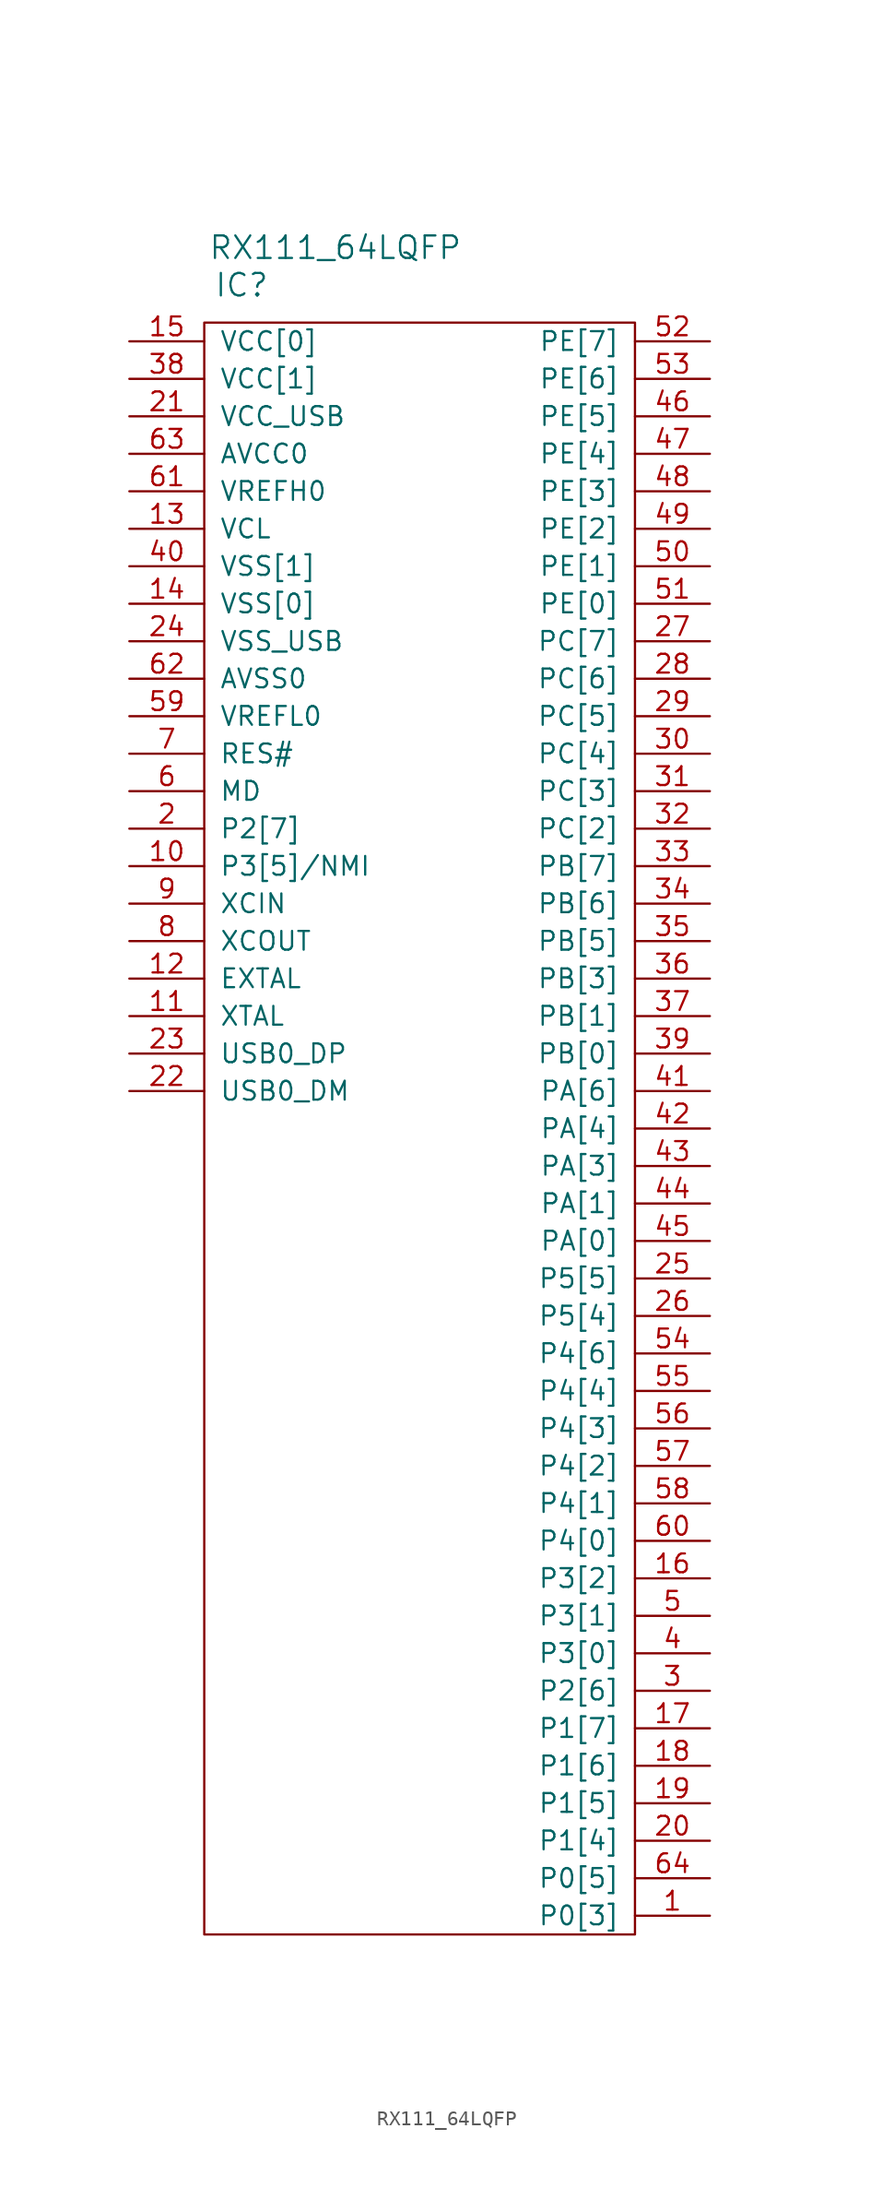
<source format=kicad_sym>
(kicad_symbol_lib
  (version 20211014)
  (generator kicad_symbol_editor)
  (symbol "RX111_64LQFP"
    (pin_names
      (offset 1.016))
    (property "Reference" "IC"
      (at -12.7 53.34 0)
      (effects (font (size 1.524 1.524))))
    (property "Value" "RX111_64LQFP"
      (at -6.35 55.88 0)
      (effects (font (size 1.524 1.524))))
    (property "Footprint" ""
      (at 22.86 38.1 0)
      (effects (font (size 1.524 1.524))))
    (property "Datasheet" ""
      (at 22.86 38.1 0)
      (effects (font (size 1.524 1.524))))
    (symbol "RX111_64LQFP_0_1"
      (rectangle (start -15.24 50.8) (end 13.97 -58.42) (stroke (width 0) (type default) (color 0 0 0 0)) (fill (type none))))
    (symbol "RX111_64LQFP_1_1"
      (pin input line (at 19.05 -57.15 180) (length 5.08) (name "P0[3]" (effects (font (size 1.27 1.27)))) (number "1" (effects (font (size 1.27 1.27)))))
      (pin input line (at -20.32 13.97 0) (length 5.08) (name "P3[5]/NMI" (effects (font (size 1.27 1.27)))) (number "10" (effects (font (size 1.27 1.27)))))
      (pin input line (at -20.32 3.81 0) (length 5.08) (name "XTAL" (effects (font (size 1.27 1.27)))) (number "11" (effects (font (size 1.27 1.27)))))
      (pin input line (at -20.32 6.35 0) (length 5.08) (name "EXTAL" (effects (font (size 1.27 1.27)))) (number "12" (effects (font (size 1.27 1.27)))))
      (pin input line (at -20.32 36.83 0) (length 5.08) (name "VCL" (effects (font (size 1.27 1.27)))) (number "13" (effects (font (size 1.27 1.27)))))
      (pin input line (at -20.32 31.75 0) (length 5.08) (name "VSS[0]" (effects (font (size 1.27 1.27)))) (number "14" (effects (font (size 1.27 1.27)))))
      (pin input line (at -20.32 49.53 0) (length 5.08) (name "VCC[0]" (effects (font (size 1.27 1.27)))) (number "15" (effects (font (size 1.27 1.27)))))
      (pin input line (at 19.05 -34.29 180) (length 5.08) (name "P3[2]" (effects (font (size 1.27 1.27)))) (number "16" (effects (font (size 1.27 1.27)))))
      (pin input line (at 19.05 -44.45 180) (length 5.08) (name "P1[7]" (effects (font (size 1.27 1.27)))) (number "17" (effects (font (size 1.27 1.27)))))
      (pin input line (at 19.05 -46.99 180) (length 5.08) (name "P1[6]" (effects (font (size 1.27 1.27)))) (number "18" (effects (font (size 1.27 1.27)))))
      (pin input line (at 19.05 -49.53 180) (length 5.08) (name "P1[5]" (effects (font (size 1.27 1.27)))) (number "19" (effects (font (size 1.27 1.27)))))
      (pin input line (at -20.32 16.51 0) (length 5.08) (name "P2[7]" (effects (font (size 1.27 1.27)))) (number "2" (effects (font (size 1.27 1.27)))))
      (pin input line (at 19.05 -52.07 180) (length 5.08) (name "P1[4]" (effects (font (size 1.27 1.27)))) (number "20" (effects (font (size 1.27 1.27)))))
      (pin input line (at -20.32 44.45 0) (length 5.08) (name "VCC_USB" (effects (font (size 1.27 1.27)))) (number "21" (effects (font (size 1.27 1.27)))))
      (pin input line (at -20.32 -1.27 0) (length 5.08) (name "USB0_DM" (effects (font (size 1.27 1.27)))) (number "22" (effects (font (size 1.27 1.27)))))
      (pin input line (at -20.32 1.27 0) (length 5.08) (name "USB0_DP" (effects (font (size 1.27 1.27)))) (number "23" (effects (font (size 1.27 1.27)))))
      (pin input line (at -20.32 29.21 0) (length 5.08) (name "VSS_USB" (effects (font (size 1.27 1.27)))) (number "24" (effects (font (size 1.27 1.27)))))
      (pin input line (at 19.05 -13.97 180) (length 5.08) (name "P5[5]" (effects (font (size 1.27 1.27)))) (number "25" (effects (font (size 1.27 1.27)))))
      (pin input line (at 19.05 -16.51 180) (length 5.08) (name "P5[4]" (effects (font (size 1.27 1.27)))) (number "26" (effects (font (size 1.27 1.27)))))
      (pin input line (at 19.05 29.21 180) (length 5.08) (name "PC[7]" (effects (font (size 1.27 1.27)))) (number "27" (effects (font (size 1.27 1.27)))))
      (pin input line (at 19.05 26.67 180) (length 5.08) (name "PC[6]" (effects (font (size 1.27 1.27)))) (number "28" (effects (font (size 1.27 1.27)))))
      (pin input line (at 19.05 24.13 180) (length 5.08) (name "PC[5]" (effects (font (size 1.27 1.27)))) (number "29" (effects (font (size 1.27 1.27)))))
      (pin input line (at 19.05 -41.91 180) (length 5.08) (name "P2[6]" (effects (font (size 1.27 1.27)))) (number "3" (effects (font (size 1.27 1.27)))))
      (pin input line (at 19.05 21.59 180) (length 5.08) (name "PC[4]" (effects (font (size 1.27 1.27)))) (number "30" (effects (font (size 1.27 1.27)))))
      (pin input line (at 19.05 19.05 180) (length 5.08) (name "PC[3]" (effects (font (size 1.27 1.27)))) (number "31" (effects (font (size 1.27 1.27)))))
      (pin input line (at 19.05 16.51 180) (length 5.08) (name "PC[2]" (effects (font (size 1.27 1.27)))) (number "32" (effects (font (size 1.27 1.27)))))
      (pin input line (at 19.05 13.97 180) (length 5.08) (name "PB[7]" (effects (font (size 1.27 1.27)))) (number "33" (effects (font (size 1.27 1.27)))))
      (pin input line (at 19.05 11.43 180) (length 5.08) (name "PB[6]" (effects (font (size 1.27 1.27)))) (number "34" (effects (font (size 1.27 1.27)))))
      (pin input line (at 19.05 8.89 180) (length 5.08) (name "PB[5]" (effects (font (size 1.27 1.27)))) (number "35" (effects (font (size 1.27 1.27)))))
      (pin input line (at 19.05 6.35 180) (length 5.08) (name "PB[3]" (effects (font (size 1.27 1.27)))) (number "36" (effects (font (size 1.27 1.27)))))
      (pin input line (at 19.05 3.81 180) (length 5.08) (name "PB[1]" (effects (font (size 1.27 1.27)))) (number "37" (effects (font (size 1.27 1.27)))))
      (pin input line (at -20.32 46.99 0) (length 5.08) (name "VCC[1]" (effects (font (size 1.27 1.27)))) (number "38" (effects (font (size 1.27 1.27)))))
      (pin input line (at 19.05 1.27 180) (length 5.08) (name "PB[0]" (effects (font (size 1.27 1.27)))) (number "39" (effects (font (size 1.27 1.27)))))
      (pin input line (at 19.05 -39.37 180) (length 5.08) (name "P3[0]" (effects (font (size 1.27 1.27)))) (number "4" (effects (font (size 1.27 1.27)))))
      (pin input line (at -20.32 34.29 0) (length 5.08) (name "VSS[1]" (effects (font (size 1.27 1.27)))) (number "40" (effects (font (size 1.27 1.27)))))
      (pin input line (at 19.05 -1.27 180) (length 5.08) (name "PA[6]" (effects (font (size 1.27 1.27)))) (number "41" (effects (font (size 1.27 1.27)))))
      (pin input line (at 19.05 -3.81 180) (length 5.08) (name "PA[4]" (effects (font (size 1.27 1.27)))) (number "42" (effects (font (size 1.27 1.27)))))
      (pin input line (at 19.05 -6.35 180) (length 5.08) (name "PA[3]" (effects (font (size 1.27 1.27)))) (number "43" (effects (font (size 1.27 1.27)))))
      (pin input line (at 19.05 -8.89 180) (length 5.08) (name "PA[1]" (effects (font (size 1.27 1.27)))) (number "44" (effects (font (size 1.27 1.27)))))
      (pin input line (at 19.05 -11.43 180) (length 5.08) (name "PA[0]" (effects (font (size 1.27 1.27)))) (number "45" (effects (font (size 1.27 1.27)))))
      (pin input line (at 19.05 44.45 180) (length 5.08) (name "PE[5]" (effects (font (size 1.27 1.27)))) (number "46" (effects (font (size 1.27 1.27)))))
      (pin input line (at 19.05 41.91 180) (length 5.08) (name "PE[4]" (effects (font (size 1.27 1.27)))) (number "47" (effects (font (size 1.27 1.27)))))
      (pin input line (at 19.05 39.37 180) (length 5.08) (name "PE[3]" (effects (font (size 1.27 1.27)))) (number "48" (effects (font (size 1.27 1.27)))))
      (pin input line (at 19.05 36.83 180) (length 5.08) (name "PE[2]" (effects (font (size 1.27 1.27)))) (number "49" (effects (font (size 1.27 1.27)))))
      (pin input line (at 19.05 -36.83 180) (length 5.08) (name "P3[1]" (effects (font (size 1.27 1.27)))) (number "5" (effects (font (size 1.27 1.27)))))
      (pin input line (at 19.05 34.29 180) (length 5.08) (name "PE[1]" (effects (font (size 1.27 1.27)))) (number "50" (effects (font (size 1.27 1.27)))))
      (pin input line (at 19.05 31.75 180) (length 5.08) (name "PE[0]" (effects (font (size 1.27 1.27)))) (number "51" (effects (font (size 1.27 1.27)))))
      (pin input line (at 19.05 49.53 180) (length 5.08) (name "PE[7]" (effects (font (size 1.27 1.27)))) (number "52" (effects (font (size 1.27 1.27)))))
      (pin input line (at 19.05 46.99 180) (length 5.08) (name "PE[6]" (effects (font (size 1.27 1.27)))) (number "53" (effects (font (size 1.27 1.27)))))
      (pin input line (at 19.05 -19.05 180) (length 5.08) (name "P4[6]" (effects (font (size 1.27 1.27)))) (number "54" (effects (font (size 1.27 1.27)))))
      (pin input line (at 19.05 -21.59 180) (length 5.08) (name "P4[4]" (effects (font (size 1.27 1.27)))) (number "55" (effects (font (size 1.27 1.27)))))
      (pin input line (at 19.05 -24.13 180) (length 5.08) (name "P4[3]" (effects (font (size 1.27 1.27)))) (number "56" (effects (font (size 1.27 1.27)))))
      (pin input line (at 19.05 -26.67 180) (length 5.08) (name "P4[2]" (effects (font (size 1.27 1.27)))) (number "57" (effects (font (size 1.27 1.27)))))
      (pin input line (at 19.05 -29.21 180) (length 5.08) (name "P4[1]" (effects (font (size 1.27 1.27)))) (number "58" (effects (font (size 1.27 1.27)))))
      (pin input line (at -20.32 24.13 0) (length 5.08) (name "VREFL0" (effects (font (size 1.27 1.27)))) (number "59" (effects (font (size 1.27 1.27)))))
      (pin input line (at -20.32 19.05 0) (length 5.08) (name "MD" (effects (font (size 1.27 1.27)))) (number "6" (effects (font (size 1.27 1.27)))))
      (pin input line (at 19.05 -31.75 180) (length 5.08) (name "P4[0]" (effects (font (size 1.27 1.27)))) (number "60" (effects (font (size 1.27 1.27)))))
      (pin input line (at -20.32 39.37 0) (length 5.08) (name "VREFH0" (effects (font (size 1.27 1.27)))) (number "61" (effects (font (size 1.27 1.27)))))
      (pin input line (at -20.32 26.67 0) (length 5.08) (name "AVSS0" (effects (font (size 1.27 1.27)))) (number "62" (effects (font (size 1.27 1.27)))))
      (pin input line (at -20.32 41.91 0) (length 5.08) (name "AVCC0" (effects (font (size 1.27 1.27)))) (number "63" (effects (font (size 1.27 1.27)))))
      (pin input line (at 19.05 -54.61 180) (length 5.08) (name "P0[5]" (effects (font (size 1.27 1.27)))) (number "64" (effects (font (size 1.27 1.27)))))
      (pin input line (at -20.32 21.59 0) (length 5.08) (name "RES#" (effects (font (size 1.27 1.27)))) (number "7" (effects (font (size 1.27 1.27)))))
      (pin input line (at -20.32 8.89 0) (length 5.08) (name "XCOUT" (effects (font (size 1.27 1.27)))) (number "8" (effects (font (size 1.27 1.27)))))
      (pin input line (at -20.32 11.43 0) (length 5.08) (name "XCIN" (effects (font (size 1.27 1.27)))) (number "9" (effects (font (size 1.27 1.27))))))))
</source>
